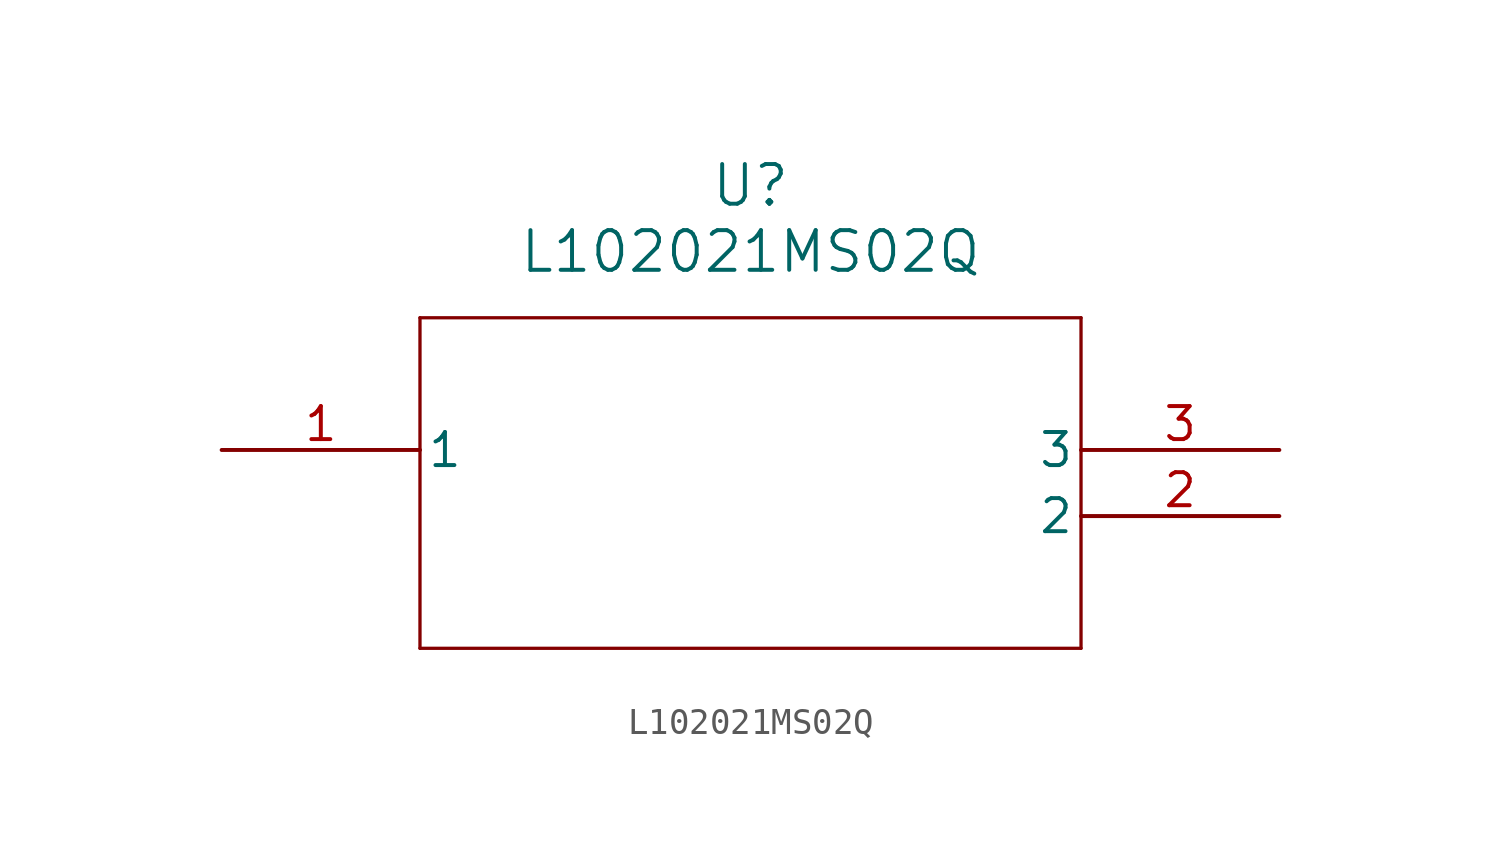
<source format=kicad_sym>
(kicad_symbol_lib
  (version 20211014)
  (generator kicad_symbol_editor)
  (symbol "L102021MS02Q"
    (pin_names
      (offset 0.254))
    (property "Reference" "U"
      (at 20.32 10.16 0)
      (effects (font (size 1.524 1.524))))
    (property "Value" "L102021MS02Q"
      (at 20.32 7.62 0)
      (effects (font (size 1.524 1.524))))
    (symbol "L102021MS02Q_0_1"
      (polyline (pts (xy 7.62 5.08) (xy 7.62 -7.62)) (stroke (width 0.127) (type default) (color 0 0 0 0)) (fill (type none)))
      (polyline (pts (xy 7.62 -7.62) (xy 33.02 -7.62)) (stroke (width 0.127) (type default) (color 0 0 0 0)) (fill (type none)))
      (polyline (pts (xy 33.02 -7.62) (xy 33.02 5.08)) (stroke (width 0.127) (type default) (color 0 0 0 0)) (fill (type none)))
      (polyline (pts (xy 33.02 5.08) (xy 7.62 5.08)) (stroke (width 0.127) (type default) (color 0 0 0 0)) (fill (type none)))
      (pin unspecified line (at 0 0 0) (length 7.62) (name "1" (effects (font (size 1.27 1.27)))) (number "1" (effects (font (size 1.27 1.27)))))
      (pin unspecified line (at 40.64 -2.54 180) (length 7.62) (name "2" (effects (font (size 1.27 1.27)))) (number "2" (effects (font (size 1.27 1.27)))))
      (pin unspecified line (at 40.64 0 180) (length 7.62) (name "3" (effects (font (size 1.27 1.27)))) (number "3" (effects (font (size 1.27 1.27))))))))
</source>
